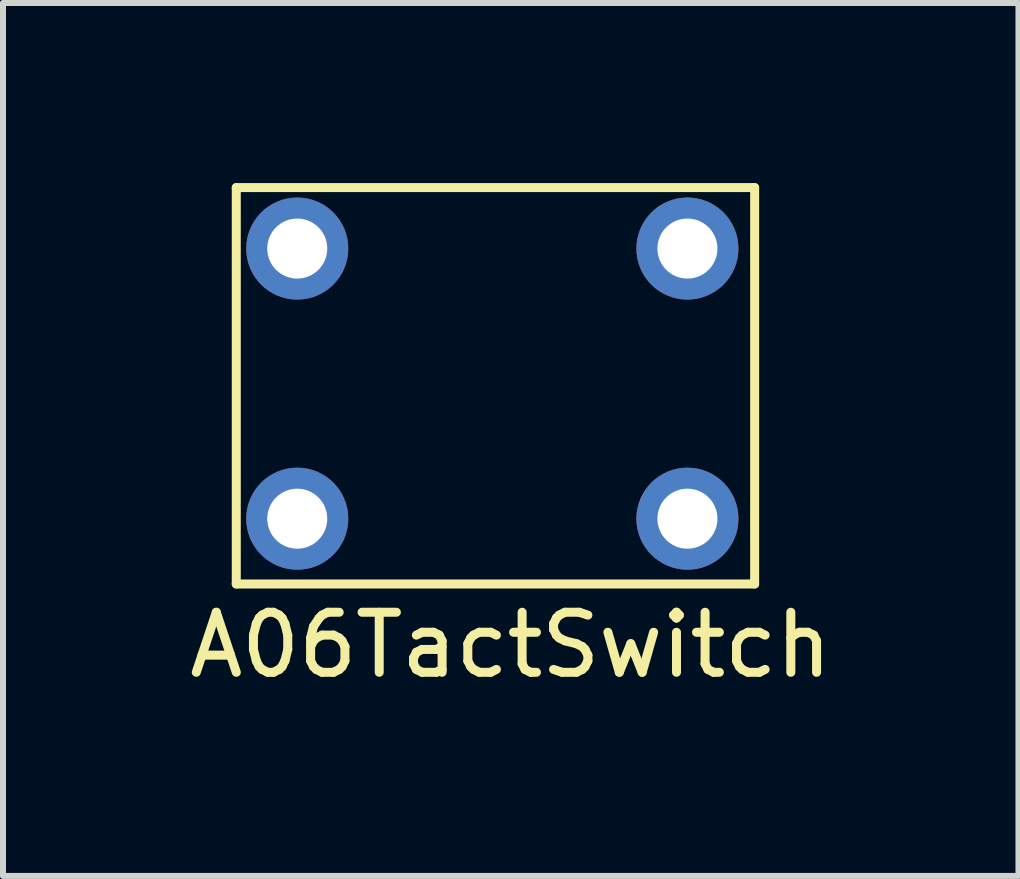
<source format=kicad_pcb>
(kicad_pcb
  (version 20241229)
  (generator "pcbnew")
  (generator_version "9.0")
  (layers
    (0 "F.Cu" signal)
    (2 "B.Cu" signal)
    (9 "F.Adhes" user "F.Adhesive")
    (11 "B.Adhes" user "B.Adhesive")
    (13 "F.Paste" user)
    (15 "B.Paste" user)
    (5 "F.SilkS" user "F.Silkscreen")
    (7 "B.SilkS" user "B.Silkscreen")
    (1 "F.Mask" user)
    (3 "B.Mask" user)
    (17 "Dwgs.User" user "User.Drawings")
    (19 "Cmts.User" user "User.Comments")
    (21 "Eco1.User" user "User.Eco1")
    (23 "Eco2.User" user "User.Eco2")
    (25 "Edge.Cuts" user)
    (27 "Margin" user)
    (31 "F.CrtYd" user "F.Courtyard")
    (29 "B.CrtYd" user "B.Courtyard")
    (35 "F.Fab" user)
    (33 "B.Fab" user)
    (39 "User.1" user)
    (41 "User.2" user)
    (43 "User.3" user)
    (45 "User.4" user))
  (footprint "A06TactSwitch"
    (layer "F.Cu")
    (at 1.902 1.091)
    (property "Reference" "A06TactSwitch" (at 3.556 6.604 0) (layer "F.SilkS") (effects (font (size 1 1) (thickness 0.15))))
    (attr through_hole)
    (fp_line (start -1.016 -1.016) (end 7.62 -1.016) (stroke (width 0.15) (type solid)) (layer "F.SilkS"))
    (fp_line (start -1.016 5.588) (end -1.016 -1.016) (stroke (width 0.15) (type solid)) (layer "F.SilkS"))
    (fp_line (start 7.62 -1.016) (end 7.62 5.588) (stroke (width 0.15) (type solid)) (layer "F.SilkS"))
    (fp_line (start 7.62 5.588) (end -1.016 5.588) (stroke (width 0.15) (type solid)) (layer "F.SilkS"))
    (pad " 1" thru_hole circle (at 0 0) (size 1.7 1.7) (drill 1) (layers "*.Cu" "*.Mask"))
    (pad "2" thru_hole circle (at 6.5 0) (size 1.7 1.7) (drill 1) (layers "*.Cu" "*.Mask"))
    (pad "3" thru_hole circle (at 6.5 4.5) (size 1.7 1.7) (drill 1) (layers "*.Cu" "*.Mask"))
    (pad "4" thru_hole circle (at 0 4.5) (size 1.7 1.7) (drill 1) (layers "*.Cu" "*.Mask")))
  (gr_rect
    (start -3 -3)
    (end 13.917 11.543)
    (stroke (width 0.1) (type default))
    (fill no)
    (layer "Edge.Cuts")))
</source>
